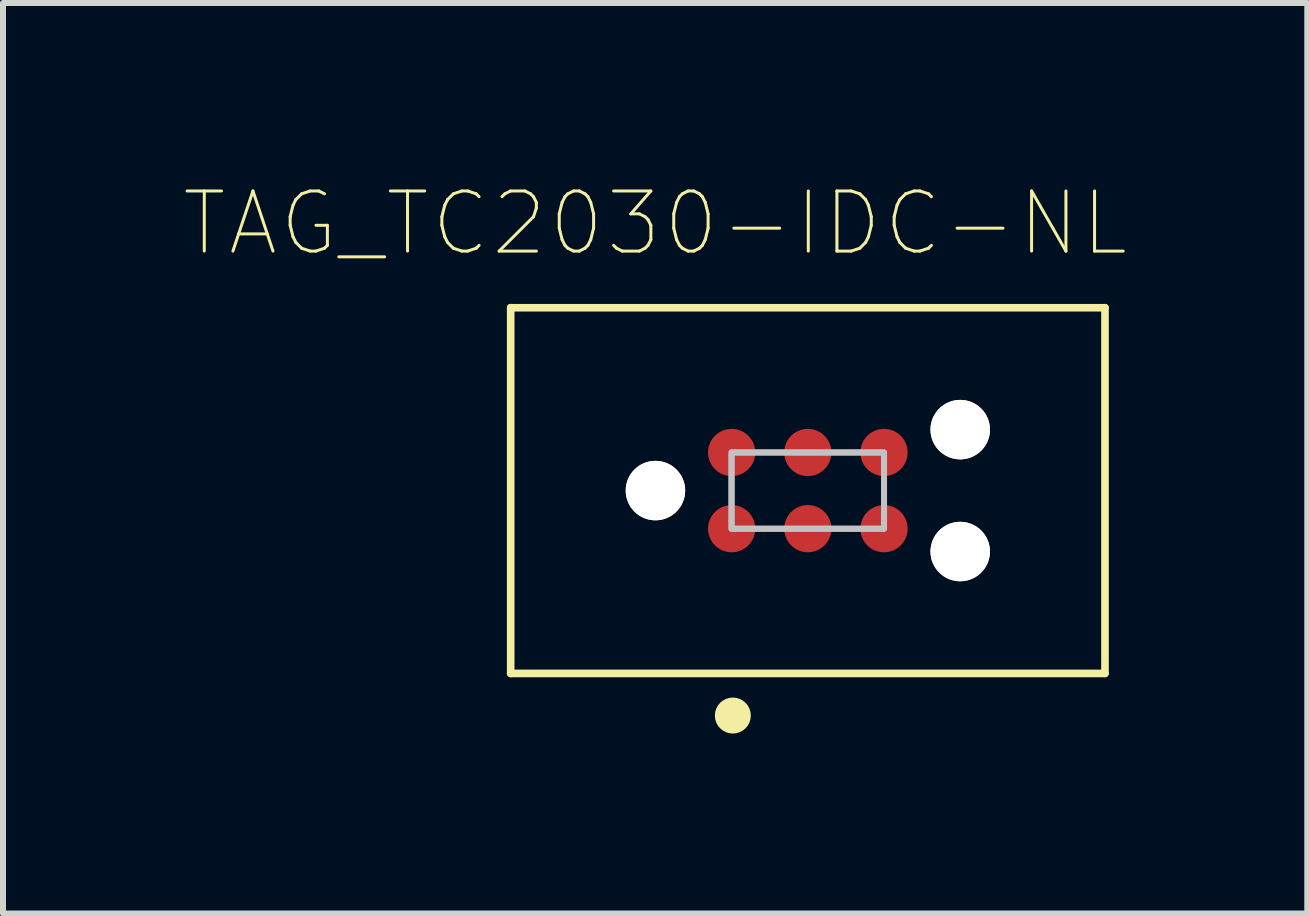
<source format=kicad_pcb>
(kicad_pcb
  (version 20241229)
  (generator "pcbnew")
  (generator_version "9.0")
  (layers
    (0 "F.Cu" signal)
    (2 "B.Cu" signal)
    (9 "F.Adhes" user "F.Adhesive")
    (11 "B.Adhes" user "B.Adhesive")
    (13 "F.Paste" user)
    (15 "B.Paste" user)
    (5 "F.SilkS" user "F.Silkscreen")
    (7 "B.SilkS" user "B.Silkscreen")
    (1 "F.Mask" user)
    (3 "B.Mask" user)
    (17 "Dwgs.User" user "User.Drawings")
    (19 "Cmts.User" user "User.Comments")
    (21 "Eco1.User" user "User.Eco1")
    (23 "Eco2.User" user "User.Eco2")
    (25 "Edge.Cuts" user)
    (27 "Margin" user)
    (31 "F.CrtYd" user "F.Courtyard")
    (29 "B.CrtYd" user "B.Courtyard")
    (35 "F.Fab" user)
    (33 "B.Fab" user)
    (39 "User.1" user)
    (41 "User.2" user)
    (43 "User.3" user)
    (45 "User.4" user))
  (footprint "TAG_TC2030-IDC-NL"
    (layer "F.Cu")
    (at 10.415 5.127)
    (property "Reference" "TAG_TC2030-IDC-NL" (at -2.545 -4.453 0) (layer "F.SilkS") (effects (font (size 1.002 1.002) (thickness 0.05))))
    (attr smd)
    (fp_line (start -4.953 -3.048) (end -4.953 3.048) (stroke (width 0.127) (type solid)) (layer "F.SilkS"))
    (fp_line (start -4.953 3.048) (end 4.953 3.048) (stroke (width 0.127) (type solid)) (layer "F.SilkS"))
    (fp_line (start 4.953 -3.048) (end -4.953 -3.048) (stroke (width 0.127) (type solid)) (layer "F.SilkS"))
    (fp_line (start 4.953 3.048) (end 4.953 -3.048) (stroke (width 0.127) (type solid)) (layer "F.SilkS"))
    (fp_circle (center -1.25 3.75) (end -1.1 3.75) (stroke (width 0.3) (type solid)) (fill no) (layer "F.SilkS"))
    (fp_poly (pts (xy -1.272 -0.635) (xy 1.27 -0.635) (xy 1.27 0.636) (xy -1.272 0.636)) (stroke (width 0.1) (type solid)) (fill no) (layer "Dwgs.User"))
    (fp_poly (pts (xy -1.271 -0.635) (xy 1.27 -0.635) (xy 1.27 0.636) (xy -1.271 0.636)) (stroke (width 0.1) (type solid)) (fill no) (layer "Dwgs.User"))
    (fp_line (start -5.2 -3.3) (end 5.2 -3.3) (stroke (width 0.05) (type solid)) (layer "Eco1.User"))
    (fp_line (start -5.2 3.3) (end -5.2 -3.3) (stroke (width 0.05) (type solid)) (layer "Eco1.User"))
    (fp_line (start 5.2 -3.3) (end 5.2 3.3) (stroke (width 0.05) (type solid)) (layer "Eco1.User"))
    (fp_line (start 5.2 3.3) (end -5.2 3.3) (stroke (width 0.05) (type solid)) (layer "Eco1.User"))
    (fp_line (start -4.953 -3.048) (end 4.953 -3.048) (stroke (width 0.127) (type solid)) (layer "Eco2.User"))
    (fp_line (start -4.953 3.048) (end -4.953 -3.048) (stroke (width 0.127) (type solid)) (layer "Eco2.User"))
    (fp_line (start 4.953 -3.048) (end 4.953 3.048) (stroke (width 0.127) (type solid)) (layer "Eco2.User"))
    (fp_line (start 4.953 3.048) (end -4.953 3.048) (stroke (width 0.127) (type solid)) (layer "Eco2.User"))
    (fp_circle (center -1.25 1.5) (end -1.1 1.5) (stroke (width 0.3) (type solid)) (fill no) (layer "Eco2.User"))
    (pad "" np_thru_hole circle (at -2.54 0) (size 0.991 0.991) (drill 0.991) (layers "*.Cu" "*.Mask" "F.SilkS"))
    (pad "" np_thru_hole circle (at 2.54 -1.016) (size 0.991 0.991) (drill 0.991) (layers "*.Cu" "*.Mask" "F.SilkS"))
    (pad "" np_thru_hole circle (at 2.54 1.016) (size 0.991 0.991) (drill 0.991) (layers "*.Cu" "*.Mask" "F.SilkS"))
    (pad "1" smd circle (at -1.27 0.635) (size 0.787 0.787) (layers "F.Cu" "F.Mask" "F.Paste"))
    (pad "2" smd circle (at -1.27 -0.635) (size 0.787 0.787) (layers "F.Cu" "F.Mask" "F.Paste"))
    (pad "3" smd circle (at 0 0.635) (size 0.787 0.787) (layers "F.Cu" "F.Mask" "F.Paste"))
    (pad "4" smd circle (at 0 -0.635) (size 0.787 0.787) (layers "F.Cu" "F.Mask" "F.Paste"))
    (pad "5" smd circle (at 1.27 0.635) (size 0.787 0.787) (layers "F.Cu" "F.Mask" "F.Paste"))
    (pad "6" smd circle (at 1.27 -0.635) (size 0.787 0.787) (layers "F.Cu" "F.Mask" "F.Paste")))
  (gr_rect
    (start -3 -3)
    (end 18.74 12.177)
    (stroke (width 0.1) (type default))
    (fill no)
    (layer "Edge.Cuts")))
</source>
